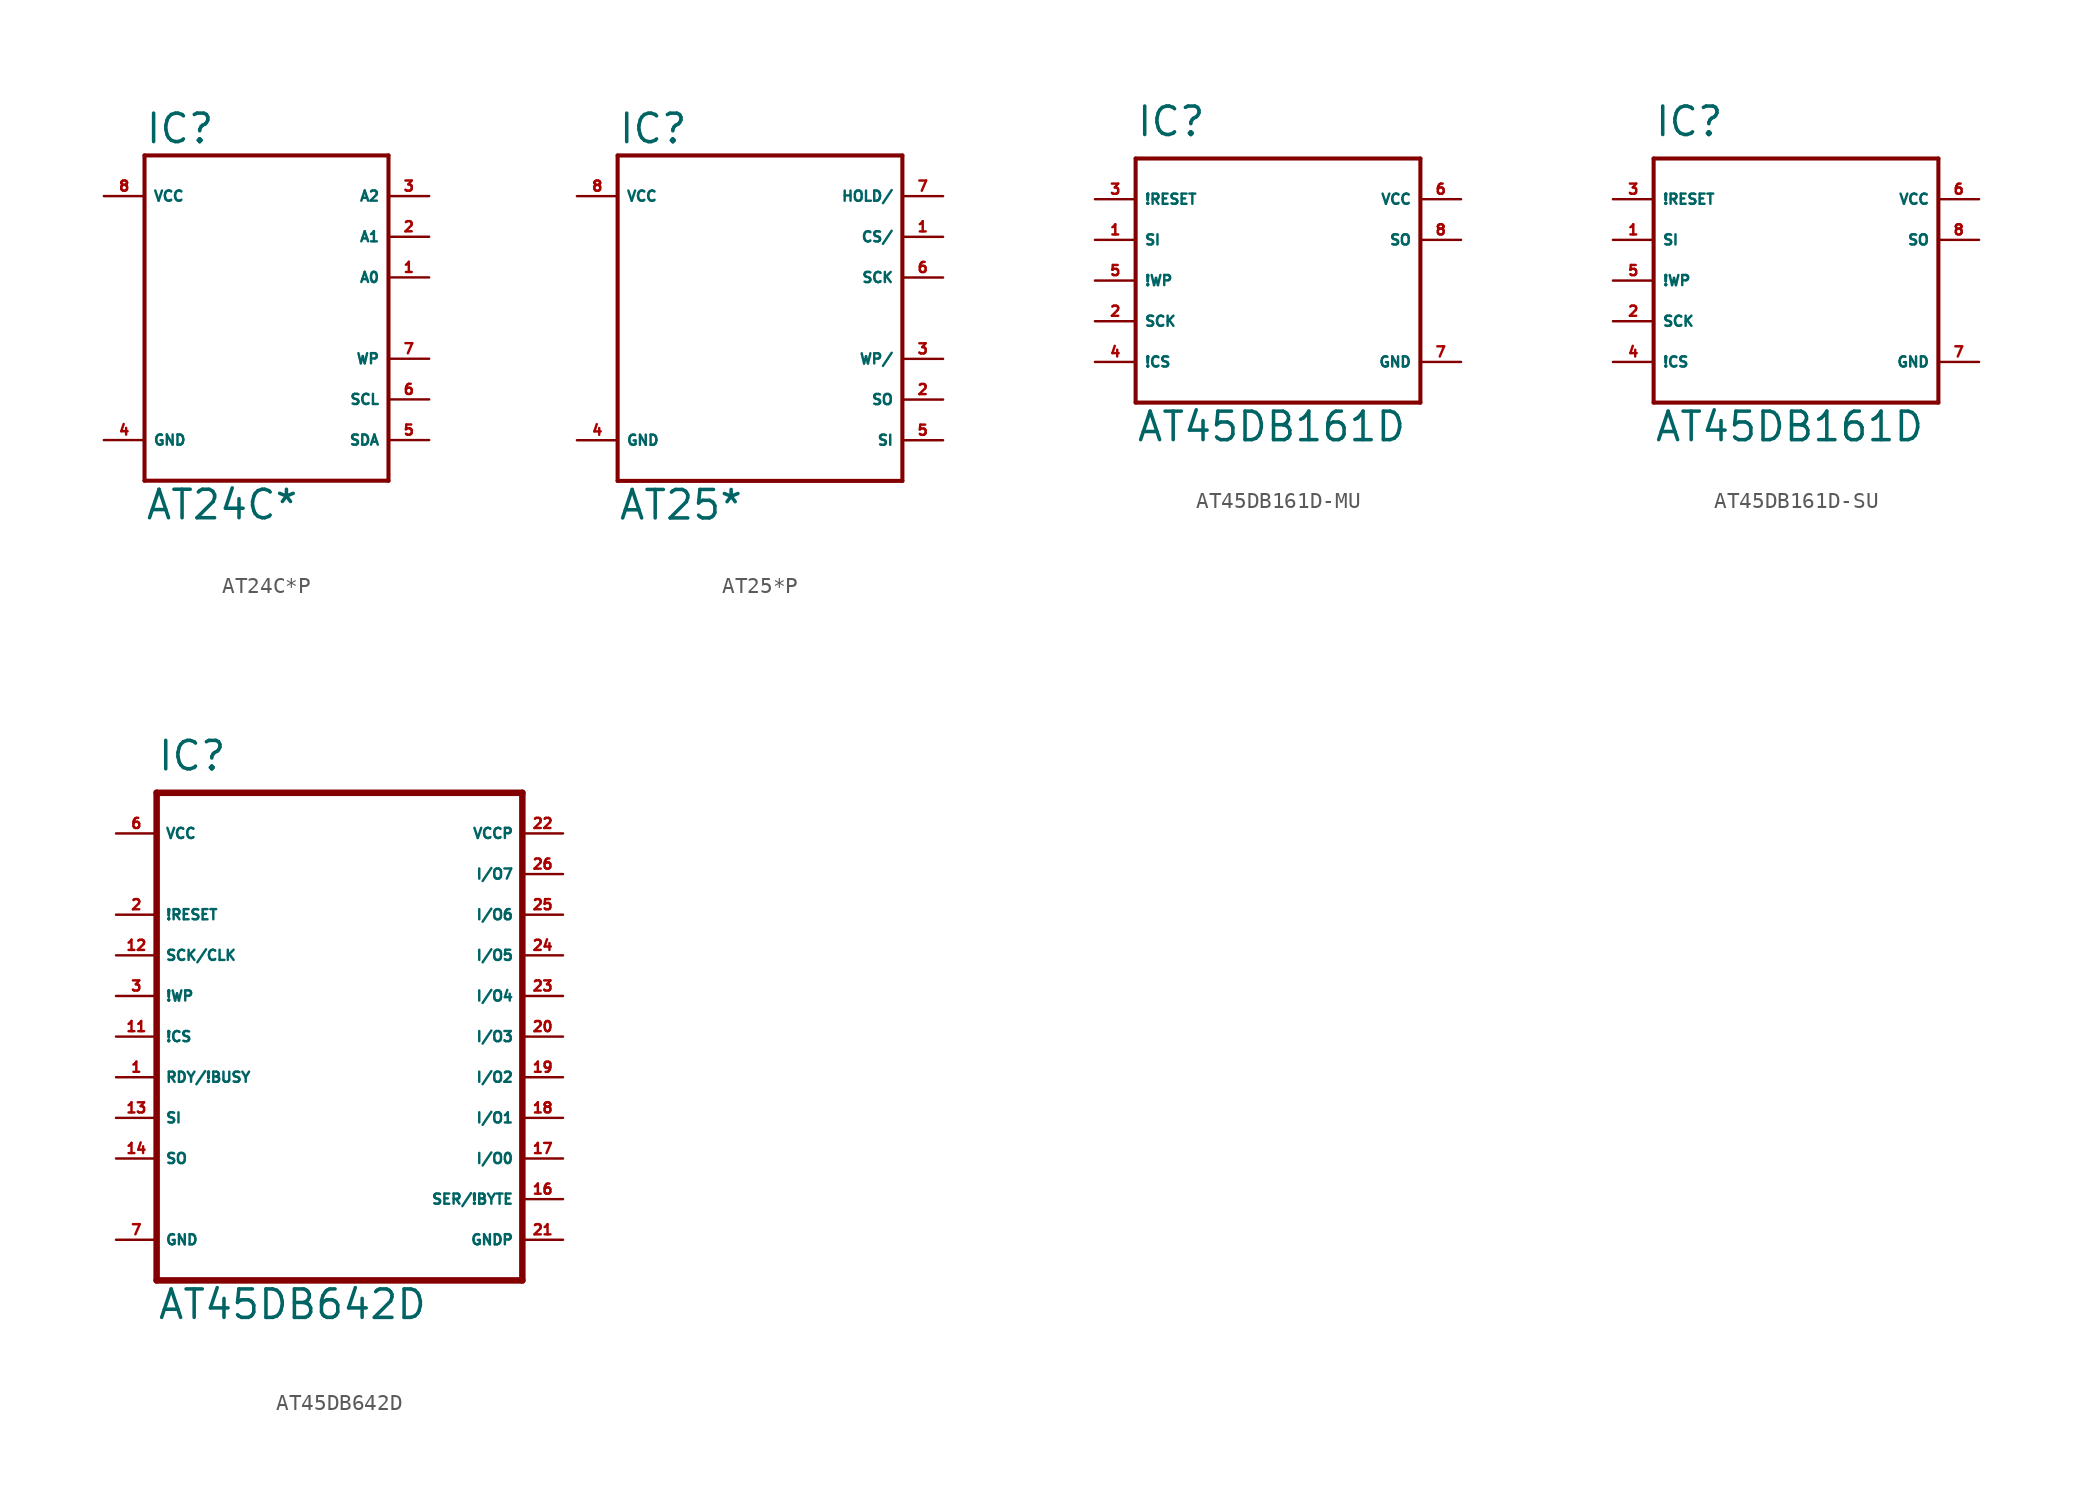
<source format=kicad_sym>
(kicad_symbol_lib
  (version 20220914)
  (generator Eagle2Kicad)
  (symbol "AT24C*P"
    (property "Reference" "IC"
      (at -7.62 10.795 0)
      (effects (font (size 1.778 1.778) (thickness 0.22)) (justify left bottom)))
    (property "Value" "AT24C*"
      (at -7.62 -12.7 0)
      (effects (font (size 1.778 1.778) (thickness 0.22)) (justify left bottom)))
    (polyline
      (pts (xy -7.62 10.16) (xy 7.62 10.16))
      (stroke (width 0.254) (type default))
      (fill (type none)))
    (polyline
      (pts (xy 7.62 10.16) (xy 7.62 -10.16))
      (stroke (width 0.254) (type default))
      (fill (type none)))
    (polyline
      (pts (xy 7.62 -10.16) (xy -7.62 -10.16))
      (stroke (width 0.254) (type default))
      (fill (type none)))
    (polyline
      (pts (xy -7.62 -10.16) (xy -7.62 10.16))
      (stroke (width 0.254) (type default))
      (fill (type none)))
    (pin input line
      (at 10.16 7.62 180)
      (length 2.54)
      (name "A2" (effects (font (size 0.635 0.635) (thickness 0.08)) (justify left bottom)))
      (number "3" (effects (font (size 0.635 0.635) (thickness 0.08)) (justify left bottom))))
    (pin input line
      (at 10.16 5.08 180)
      (length 2.54)
      (name "A1" (effects (font (size 0.635 0.635) (thickness 0.08)) (justify left bottom)))
      (number "2" (effects (font (size 0.635 0.635) (thickness 0.08)) (justify left bottom))))
    (pin input line
      (at 10.16 2.54 180)
      (length 2.54)
      (name "A0" (effects (font (size 0.635 0.635) (thickness 0.08)) (justify left bottom)))
      (number "1" (effects (font (size 0.635 0.635) (thickness 0.08)) (justify left bottom))))
    (pin input line
      (at 10.16 -2.54 180)
      (length 2.54)
      (name "WP" (effects (font (size 0.635 0.635) (thickness 0.08)) (justify left bottom)))
      (number "7" (effects (font (size 0.635 0.635) (thickness 0.08)) (justify left bottom))))
    (pin bidirectional line
      (at 10.16 -5.08 180)
      (length 2.54)
      (name "SCL" (effects (font (size 0.635 0.635) (thickness 0.08)) (justify left bottom)))
      (number "6" (effects (font (size 0.635 0.635) (thickness 0.08)) (justify left bottom))))
    (pin bidirectional line
      (at 10.16 -7.62 180)
      (length 2.54)
      (name "SDA" (effects (font (size 0.635 0.635) (thickness 0.08)) (justify left bottom)))
      (number "5" (effects (font (size 0.635 0.635) (thickness 0.08)) (justify left bottom))))
    (pin unspecified line
      (at -10.16 -7.62 0)
      (length 2.54)
      (name "GND" (effects (font (size 0.635 0.635) (thickness 0.08)) (justify left bottom)))
      (number "4" (effects (font (size 0.635 0.635) (thickness 0.08)) (justify left bottom))))
    (pin unspecified line
      (at -10.16 7.62 0)
      (length 2.54)
      (name "VCC" (effects (font (size 0.635 0.635) (thickness 0.08)) (justify left bottom)))
      (number "8" (effects (font (size 0.635 0.635) (thickness 0.08)) (justify left bottom)))))
  (symbol "AT25*P"
    (property "Reference" "IC"
      (at -7.62 10.795 0)
      (effects (font (size 1.778 1.778) (thickness 0.22)) (justify left bottom)))
    (property "Value" "AT25*"
      (at -7.62 -12.7 0)
      (effects (font (size 1.778 1.778) (thickness 0.22)) (justify left bottom)))
    (polyline
      (pts (xy -7.62 10.16) (xy 10.16 10.16))
      (stroke (width 0.254) (type default))
      (fill (type none)))
    (polyline
      (pts (xy 10.16 10.16) (xy 10.16 -10.16))
      (stroke (width 0.254) (type default))
      (fill (type none)))
    (polyline
      (pts (xy 10.16 -10.16) (xy -7.62 -10.16))
      (stroke (width 0.254) (type default))
      (fill (type none)))
    (polyline
      (pts (xy -7.62 -10.16) (xy -7.62 10.16))
      (stroke (width 0.254) (type default))
      (fill (type none)))
    (pin input line
      (at 12.7 7.62 180)
      (length 2.54)
      (name "HOLD/" (effects (font (size 0.635 0.635) (thickness 0.08)) (justify left bottom)))
      (number "7" (effects (font (size 0.635 0.635) (thickness 0.08)) (justify left bottom))))
    (pin input line
      (at 12.7 5.08 180)
      (length 2.54)
      (name "CS/" (effects (font (size 0.635 0.635) (thickness 0.08)) (justify left bottom)))
      (number "1" (effects (font (size 0.635 0.635) (thickness 0.08)) (justify left bottom))))
    (pin input line
      (at 12.7 -5.08 180)
      (length 2.54)
      (name "SO" (effects (font (size 0.635 0.635) (thickness 0.08)) (justify left bottom)))
      (number "2" (effects (font (size 0.635 0.635) (thickness 0.08)) (justify left bottom))))
    (pin input line
      (at 12.7 -2.54 180)
      (length 2.54)
      (name "WP/" (effects (font (size 0.635 0.635) (thickness 0.08)) (justify left bottom)))
      (number "3" (effects (font (size 0.635 0.635) (thickness 0.08)) (justify left bottom))))
    (pin bidirectional line
      (at 12.7 2.54 180)
      (length 2.54)
      (name "SCK" (effects (font (size 0.635 0.635) (thickness 0.08)) (justify left bottom)))
      (number "6" (effects (font (size 0.635 0.635) (thickness 0.08)) (justify left bottom))))
    (pin bidirectional line
      (at 12.7 -7.62 180)
      (length 2.54)
      (name "SI" (effects (font (size 0.635 0.635) (thickness 0.08)) (justify left bottom)))
      (number "5" (effects (font (size 0.635 0.635) (thickness 0.08)) (justify left bottom))))
    (pin unspecified line
      (at -10.16 -7.62 0)
      (length 2.54)
      (name "GND" (effects (font (size 0.635 0.635) (thickness 0.08)) (justify left bottom)))
      (number "4" (effects (font (size 0.635 0.635) (thickness 0.08)) (justify left bottom))))
    (pin unspecified line
      (at -10.16 7.62 0)
      (length 2.54)
      (name "VCC" (effects (font (size 0.635 0.635) (thickness 0.08)) (justify left bottom)))
      (number "8" (effects (font (size 0.635 0.635) (thickness 0.08)) (justify left bottom)))))
  (symbol "AT45DB161D-MU"
    (property "Reference" "IC"
      (at -7.62 8.89 0)
      (effects (font (size 1.778 1.778) (thickness 0.22)) (justify left bottom)))
    (property "Value" "AT45DB161D"
      (at -7.62 -10.16 0)
      (effects (font (size 1.778 1.778) (thickness 0.22)) (justify left bottom)))
    (polyline
      (pts (xy -7.62 7.62) (xy 10.16 7.62))
      (stroke (width 0.254) (type default))
      (fill (type none)))
    (polyline
      (pts (xy 10.16 7.62) (xy 10.16 -7.62))
      (stroke (width 0.254) (type default))
      (fill (type none)))
    (polyline
      (pts (xy 10.16 -7.62) (xy -7.62 -7.62))
      (stroke (width 0.254) (type default))
      (fill (type none)))
    (polyline
      (pts (xy -7.62 -7.62) (xy -7.62 7.62))
      (stroke (width 0.254) (type default))
      (fill (type none)))
    (pin input line
      (at -10.16 -5.08 0)
      (length 2.54)
      (name "!CS" (effects (font (size 0.635 0.635) (thickness 0.08)) (justify left bottom)))
      (number "4" (effects (font (size 0.635 0.635) (thickness 0.08)) (justify left bottom))))
    (pin input line
      (at -10.16 -2.54 0)
      (length 2.54)
      (name "SCK" (effects (font (size 0.635 0.635) (thickness 0.08)) (justify left bottom)))
      (number "2" (effects (font (size 0.635 0.635) (thickness 0.08)) (justify left bottom))))
    (pin input line
      (at -10.16 2.54 0)
      (length 2.54)
      (name "SI" (effects (font (size 0.635 0.635) (thickness 0.08)) (justify left bottom)))
      (number "1" (effects (font (size 0.635 0.635) (thickness 0.08)) (justify left bottom))))
    (pin output line
      (at 12.7 2.54 180)
      (length 2.54)
      (name "SO" (effects (font (size 0.635 0.635) (thickness 0.08)) (justify left bottom)))
      (number "8" (effects (font (size 0.635 0.635) (thickness 0.08)) (justify left bottom))))
    (pin input line
      (at -10.16 5.08 0)
      (length 2.54)
      (name "!RESET" (effects (font (size 0.635 0.635) (thickness 0.08)) (justify left bottom)))
      (number "3" (effects (font (size 0.635 0.635) (thickness 0.08)) (justify left bottom))))
    (pin unspecified line
      (at 12.7 5.08 180)
      (length 2.54)
      (name "VCC" (effects (font (size 0.635 0.635) (thickness 0.08)) (justify left bottom)))
      (number "6" (effects (font (size 0.635 0.635) (thickness 0.08)) (justify left bottom))))
    (pin unspecified line
      (at 12.7 -5.08 180)
      (length 2.54)
      (name "GND" (effects (font (size 0.635 0.635) (thickness 0.08)) (justify left bottom)))
      (number "7" (effects (font (size 0.635 0.635) (thickness 0.08)) (justify left bottom))))
    (pin input line
      (at -10.16 0 0)
      (length 2.54)
      (name "!WP" (effects (font (size 0.635 0.635) (thickness 0.08)) (justify left bottom)))
      (number "5" (effects (font (size 0.635 0.635) (thickness 0.08)) (justify left bottom)))))
  (symbol "AT45DB161D-SU"
    (property "Reference" "IC"
      (at -7.62 8.89 0)
      (effects (font (size 1.778 1.778) (thickness 0.22)) (justify left bottom)))
    (property "Value" "AT45DB161D"
      (at -7.62 -10.16 0)
      (effects (font (size 1.778 1.778) (thickness 0.22)) (justify left bottom)))
    (polyline
      (pts (xy -7.62 7.62) (xy 10.16 7.62))
      (stroke (width 0.254) (type default))
      (fill (type none)))
    (polyline
      (pts (xy 10.16 7.62) (xy 10.16 -7.62))
      (stroke (width 0.254) (type default))
      (fill (type none)))
    (polyline
      (pts (xy 10.16 -7.62) (xy -7.62 -7.62))
      (stroke (width 0.254) (type default))
      (fill (type none)))
    (polyline
      (pts (xy -7.62 -7.62) (xy -7.62 7.62))
      (stroke (width 0.254) (type default))
      (fill (type none)))
    (pin input line
      (at -10.16 -5.08 0)
      (length 2.54)
      (name "!CS" (effects (font (size 0.635 0.635) (thickness 0.08)) (justify left bottom)))
      (number "4" (effects (font (size 0.635 0.635) (thickness 0.08)) (justify left bottom))))
    (pin input line
      (at -10.16 -2.54 0)
      (length 2.54)
      (name "SCK" (effects (font (size 0.635 0.635) (thickness 0.08)) (justify left bottom)))
      (number "2" (effects (font (size 0.635 0.635) (thickness 0.08)) (justify left bottom))))
    (pin input line
      (at -10.16 2.54 0)
      (length 2.54)
      (name "SI" (effects (font (size 0.635 0.635) (thickness 0.08)) (justify left bottom)))
      (number "1" (effects (font (size 0.635 0.635) (thickness 0.08)) (justify left bottom))))
    (pin output line
      (at 12.7 2.54 180)
      (length 2.54)
      (name "SO" (effects (font (size 0.635 0.635) (thickness 0.08)) (justify left bottom)))
      (number "8" (effects (font (size 0.635 0.635) (thickness 0.08)) (justify left bottom))))
    (pin input line
      (at -10.16 5.08 0)
      (length 2.54)
      (name "!RESET" (effects (font (size 0.635 0.635) (thickness 0.08)) (justify left bottom)))
      (number "3" (effects (font (size 0.635 0.635) (thickness 0.08)) (justify left bottom))))
    (pin unspecified line
      (at 12.7 5.08 180)
      (length 2.54)
      (name "VCC" (effects (font (size 0.635 0.635) (thickness 0.08)) (justify left bottom)))
      (number "6" (effects (font (size 0.635 0.635) (thickness 0.08)) (justify left bottom))))
    (pin unspecified line
      (at 12.7 -5.08 180)
      (length 2.54)
      (name "GND" (effects (font (size 0.635 0.635) (thickness 0.08)) (justify left bottom)))
      (number "7" (effects (font (size 0.635 0.635) (thickness 0.08)) (justify left bottom))))
    (pin input line
      (at -10.16 0 0)
      (length 2.54)
      (name "!WP" (effects (font (size 0.635 0.635) (thickness 0.08)) (justify left bottom)))
      (number "5" (effects (font (size 0.635 0.635) (thickness 0.08)) (justify left bottom)))))
  (symbol "AT45DB642D"
    (property "Reference" "IC"
      (at -10.16 16.51 0)
      (effects (font (size 1.778 1.778) (thickness 0.22)) (justify left bottom)))
    (property "Value" "AT45DB642D"
      (at -10.16 -17.78 0)
      (effects (font (size 1.778 1.778) (thickness 0.22)) (justify left bottom)))
    (polyline
      (pts (xy -10.16 -15.24) (xy 12.7 -15.24))
      (stroke (width 0.406) (type default))
      (fill (type none)))
    (polyline
      (pts (xy 12.7 -15.24) (xy 12.7 15.24))
      (stroke (width 0.406) (type default))
      (fill (type none)))
    (polyline
      (pts (xy 12.7 15.24) (xy -10.16 15.24))
      (stroke (width 0.406) (type default))
      (fill (type none)))
    (polyline
      (pts (xy -10.16 15.24) (xy -10.16 -15.24))
      (stroke (width 0.406) (type default))
      (fill (type none)))
    (pin input line
      (at -12.7 -5.08 0)
      (length 2.54)
      (name "SI" (effects (font (size 0.635 0.635) (thickness 0.08)) (justify left bottom)))
      (number "13" (effects (font (size 0.635 0.635) (thickness 0.08)) (justify left bottom))))
    (pin unspecified line
      (at -12.7 -12.7 0)
      (length 2.54)
      (name "GND" (effects (font (size 0.635 0.635) (thickness 0.08)) (justify left bottom)))
      (number "7" (effects (font (size 0.635 0.635) (thickness 0.08)) (justify left bottom))))
    (pin unspecified line
      (at -12.7 12.7 0)
      (length 2.54)
      (name "VCC" (effects (font (size 0.635 0.635) (thickness 0.08)) (justify left bottom)))
      (number "6" (effects (font (size 0.635 0.635) (thickness 0.08)) (justify left bottom))))
    (pin input line
      (at -12.7 2.54 0)
      (length 2.54)
      (name "!WP" (effects (font (size 0.635 0.635) (thickness 0.08)) (justify left bottom)))
      (number "3" (effects (font (size 0.635 0.635) (thickness 0.08)) (justify left bottom))))
    (pin input line
      (at -12.7 7.62 0)
      (length 2.54)
      (name "!RESET" (effects (font (size 0.635 0.635) (thickness 0.08)) (justify left bottom)))
      (number "2" (effects (font (size 0.635 0.635) (thickness 0.08)) (justify left bottom))))
    (pin output line
      (at -12.7 -2.54 0)
      (length 2.54)
      (name "RDY/!BUSY" (effects (font (size 0.635 0.635) (thickness 0.08)) (justify left bottom)))
      (number "1" (effects (font (size 0.635 0.635) (thickness 0.08)) (justify left bottom))))
    (pin bidirectional line
      (at 15.24 0 180)
      (length 2.54)
      (name "I/O3" (effects (font (size 0.635 0.635) (thickness 0.08)) (justify left bottom)))
      (number "20" (effects (font (size 0.635 0.635) (thickness 0.08)) (justify left bottom))))
    (pin bidirectional line
      (at 15.24 -2.54 180)
      (length 2.54)
      (name "I/O2" (effects (font (size 0.635 0.635) (thickness 0.08)) (justify left bottom)))
      (number "19" (effects (font (size 0.635 0.635) (thickness 0.08)) (justify left bottom))))
    (pin bidirectional line
      (at 15.24 -5.08 180)
      (length 2.54)
      (name "I/O1" (effects (font (size 0.635 0.635) (thickness 0.08)) (justify left bottom)))
      (number "18" (effects (font (size 0.635 0.635) (thickness 0.08)) (justify left bottom))))
    (pin bidirectional line
      (at 15.24 -7.62 180)
      (length 2.54)
      (name "I/O0" (effects (font (size 0.635 0.635) (thickness 0.08)) (justify left bottom)))
      (number "17" (effects (font (size 0.635 0.635) (thickness 0.08)) (justify left bottom))))
    (pin input line
      (at 15.24 -10.16 180)
      (length 2.54)
      (name "SER/!BYTE" (effects (font (size 0.635 0.635) (thickness 0.08)) (justify left bottom)))
      (number "16" (effects (font (size 0.635 0.635) (thickness 0.08)) (justify left bottom))))
    (pin input line
      (at -12.7 0 0)
      (length 2.54)
      (name "!CS" (effects (font (size 0.635 0.635) (thickness 0.08)) (justify left bottom)))
      (number "11" (effects (font (size 0.635 0.635) (thickness 0.08)) (justify left bottom))))
    (pin input line
      (at -12.7 5.08 0)
      (length 2.54)
      (name "SCK/CLK" (effects (font (size 0.635 0.635) (thickness 0.08)) (justify left bottom)))
      (number "12" (effects (font (size 0.635 0.635) (thickness 0.08)) (justify left bottom))))
    (pin output line
      (at -12.7 -7.62 0)
      (length 2.54)
      (name "SO" (effects (font (size 0.635 0.635) (thickness 0.08)) (justify left bottom)))
      (number "14" (effects (font (size 0.635 0.635) (thickness 0.08)) (justify left bottom))))
    (pin bidirectional line
      (at 15.24 10.16 180)
      (length 2.54)
      (name "I/O7" (effects (font (size 0.635 0.635) (thickness 0.08)) (justify left bottom)))
      (number "26" (effects (font (size 0.635 0.635) (thickness 0.08)) (justify left bottom))))
    (pin bidirectional line
      (at 15.24 7.62 180)
      (length 2.54)
      (name "I/O6" (effects (font (size 0.635 0.635) (thickness 0.08)) (justify left bottom)))
      (number "25" (effects (font (size 0.635 0.635) (thickness 0.08)) (justify left bottom))))
    (pin bidirectional line
      (at 15.24 5.08 180)
      (length 2.54)
      (name "I/O5" (effects (font (size 0.635 0.635) (thickness 0.08)) (justify left bottom)))
      (number "24" (effects (font (size 0.635 0.635) (thickness 0.08)) (justify left bottom))))
    (pin bidirectional line
      (at 15.24 2.54 180)
      (length 2.54)
      (name "I/O4" (effects (font (size 0.635 0.635) (thickness 0.08)) (justify left bottom)))
      (number "23" (effects (font (size 0.635 0.635) (thickness 0.08)) (justify left bottom))))
    (pin unspecified line
      (at 15.24 12.7 180)
      (length 2.54)
      (name "VCCP" (effects (font (size 0.635 0.635) (thickness 0.08)) (justify left bottom)))
      (number "22" (effects (font (size 0.635 0.635) (thickness 0.08)) (justify left bottom))))
    (pin unspecified line
      (at 15.24 -12.7 180)
      (length 2.54)
      (name "GNDP" (effects (font (size 0.635 0.635) (thickness 0.08)) (justify left bottom)))
      (number "21" (effects (font (size 0.635 0.635) (thickness 0.08)) (justify left bottom))))))
</source>
